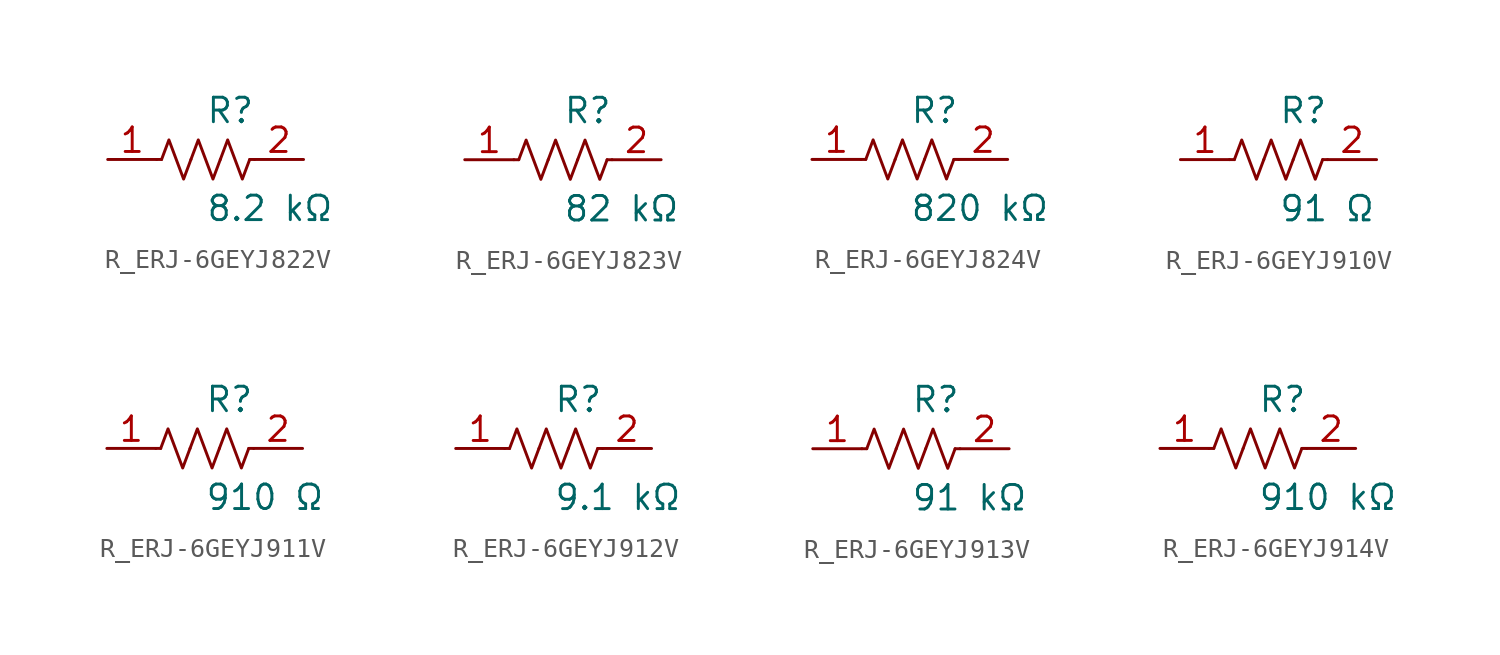
<source format=kicad_sym>
(kicad_symbol_lib
  (version 20231120)
  (generator kicad_symbol_editor)
  (generator_version 8.0)
  (symbol "R_ERJ-6GEYJ822V"
    (pin_names
      (offset 0.254))
    (property "Reference" "R"
      (at 0.0 2.54 0)
      (effects (font (size 1.27 1.27)) (justify left)))
    (property "Value" "8.2 kΩ"
      (at 0.0 -2.54 0)
      (effects (font (size 1.27 1.27)) (justify left)))
    (symbol "R_ERJ-6GEYJ822V_0_1"
      (polyline (pts (xy 2.286 0) (xy 2.54 0)) (stroke (width 0) (type default)) (fill (type none)))
      (polyline (pts (xy -2.286 0) (xy -2.54 0)) (stroke (width 0) (type default)) (fill (type none)))
      (polyline (pts (xy 0.762 0) (xy 1.143 1.016) (xy 1.524 0) (xy 1.905 -1.016) (xy 2.286 0)) (stroke (width 0) (type default)) (fill (type none)))
      (polyline (pts (xy -0.762 0) (xy -0.381 1.016) (xy 0 0) (xy 0.381 -1.016) (xy 0.762 0)) (stroke (width 0) (type default)) (fill (type none)))
      (polyline (pts (xy -2.286 0) (xy -1.905 1.016) (xy -1.524 0) (xy -1.143 -1.016) (xy -0.762 0)) (stroke (width 0) (type default)) (fill (type none))))
    (pin unspecified line
      (at -5.08 0 0)
      (length 2.54)
      (name "" (effects (font (size 1.27 1.27))))
      (number "1" (effects (font (size 1.27 1.27)))))
    (pin unspecified line
      (at 5.08 0 180)
      (length 2.54)
      (name "" (effects (font (size 1.27 1.27))))
      (number "2" (effects (font (size 1.27 1.27))))))
  (symbol "R_ERJ-6GEYJ823V"
    (pin_names
      (offset 0.254))
    (property "Reference" "R"
      (at 0.0 2.54 0)
      (effects (font (size 1.27 1.27)) (justify left)))
    (property "Value" "82 kΩ"
      (at 0.0 -2.54 0)
      (effects (font (size 1.27 1.27)) (justify left)))
    (symbol "R_ERJ-6GEYJ823V_0_1"
      (polyline (pts (xy 2.286 0) (xy 2.54 0)) (stroke (width 0) (type default)) (fill (type none)))
      (polyline (pts (xy -2.286 0) (xy -2.54 0)) (stroke (width 0) (type default)) (fill (type none)))
      (polyline (pts (xy 0.762 0) (xy 1.143 1.016) (xy 1.524 0) (xy 1.905 -1.016) (xy 2.286 0)) (stroke (width 0) (type default)) (fill (type none)))
      (polyline (pts (xy -0.762 0) (xy -0.381 1.016) (xy 0 0) (xy 0.381 -1.016) (xy 0.762 0)) (stroke (width 0) (type default)) (fill (type none)))
      (polyline (pts (xy -2.286 0) (xy -1.905 1.016) (xy -1.524 0) (xy -1.143 -1.016) (xy -0.762 0)) (stroke (width 0) (type default)) (fill (type none))))
    (pin unspecified line
      (at -5.08 0 0)
      (length 2.54)
      (name "" (effects (font (size 1.27 1.27))))
      (number "1" (effects (font (size 1.27 1.27)))))
    (pin unspecified line
      (at 5.08 0 180)
      (length 2.54)
      (name "" (effects (font (size 1.27 1.27))))
      (number "2" (effects (font (size 1.27 1.27))))))
  (symbol "R_ERJ-6GEYJ824V"
    (pin_names
      (offset 0.254))
    (property "Reference" "R"
      (at 0.0 2.54 0)
      (effects (font (size 1.27 1.27)) (justify left)))
    (property "Value" "820 kΩ"
      (at 0.0 -2.54 0)
      (effects (font (size 1.27 1.27)) (justify left)))
    (symbol "R_ERJ-6GEYJ824V_0_1"
      (polyline (pts (xy 2.286 0) (xy 2.54 0)) (stroke (width 0) (type default)) (fill (type none)))
      (polyline (pts (xy -2.286 0) (xy -2.54 0)) (stroke (width 0) (type default)) (fill (type none)))
      (polyline (pts (xy 0.762 0) (xy 1.143 1.016) (xy 1.524 0) (xy 1.905 -1.016) (xy 2.286 0)) (stroke (width 0) (type default)) (fill (type none)))
      (polyline (pts (xy -0.762 0) (xy -0.381 1.016) (xy 0 0) (xy 0.381 -1.016) (xy 0.762 0)) (stroke (width 0) (type default)) (fill (type none)))
      (polyline (pts (xy -2.286 0) (xy -1.905 1.016) (xy -1.524 0) (xy -1.143 -1.016) (xy -0.762 0)) (stroke (width 0) (type default)) (fill (type none))))
    (pin unspecified line
      (at -5.08 0 0)
      (length 2.54)
      (name "" (effects (font (size 1.27 1.27))))
      (number "1" (effects (font (size 1.27 1.27)))))
    (pin unspecified line
      (at 5.08 0 180)
      (length 2.54)
      (name "" (effects (font (size 1.27 1.27))))
      (number "2" (effects (font (size 1.27 1.27))))))
  (symbol "R_ERJ-6GEYJ910V"
    (pin_names
      (offset 0.254))
    (property "Reference" "R"
      (at 0.0 2.54 0)
      (effects (font (size 1.27 1.27)) (justify left)))
    (property "Value" "91 Ω"
      (at 0.0 -2.54 0)
      (effects (font (size 1.27 1.27)) (justify left)))
    (symbol "R_ERJ-6GEYJ910V_0_1"
      (polyline (pts (xy 2.286 0) (xy 2.54 0)) (stroke (width 0) (type default)) (fill (type none)))
      (polyline (pts (xy -2.286 0) (xy -2.54 0)) (stroke (width 0) (type default)) (fill (type none)))
      (polyline (pts (xy 0.762 0) (xy 1.143 1.016) (xy 1.524 0) (xy 1.905 -1.016) (xy 2.286 0)) (stroke (width 0) (type default)) (fill (type none)))
      (polyline (pts (xy -0.762 0) (xy -0.381 1.016) (xy 0 0) (xy 0.381 -1.016) (xy 0.762 0)) (stroke (width 0) (type default)) (fill (type none)))
      (polyline (pts (xy -2.286 0) (xy -1.905 1.016) (xy -1.524 0) (xy -1.143 -1.016) (xy -0.762 0)) (stroke (width 0) (type default)) (fill (type none))))
    (pin unspecified line
      (at -5.08 0 0)
      (length 2.54)
      (name "" (effects (font (size 1.27 1.27))))
      (number "1" (effects (font (size 1.27 1.27)))))
    (pin unspecified line
      (at 5.08 0 180)
      (length 2.54)
      (name "" (effects (font (size 1.27 1.27))))
      (number "2" (effects (font (size 1.27 1.27))))))
  (symbol "R_ERJ-6GEYJ911V"
    (pin_names
      (offset 0.254))
    (property "Reference" "R"
      (at 0.0 2.54 0)
      (effects (font (size 1.27 1.27)) (justify left)))
    (property "Value" "910 Ω"
      (at 0.0 -2.54 0)
      (effects (font (size 1.27 1.27)) (justify left)))
    (symbol "R_ERJ-6GEYJ911V_0_1"
      (polyline (pts (xy 2.286 0) (xy 2.54 0)) (stroke (width 0) (type default)) (fill (type none)))
      (polyline (pts (xy -2.286 0) (xy -2.54 0)) (stroke (width 0) (type default)) (fill (type none)))
      (polyline (pts (xy 0.762 0) (xy 1.143 1.016) (xy 1.524 0) (xy 1.905 -1.016) (xy 2.286 0)) (stroke (width 0) (type default)) (fill (type none)))
      (polyline (pts (xy -0.762 0) (xy -0.381 1.016) (xy 0 0) (xy 0.381 -1.016) (xy 0.762 0)) (stroke (width 0) (type default)) (fill (type none)))
      (polyline (pts (xy -2.286 0) (xy -1.905 1.016) (xy -1.524 0) (xy -1.143 -1.016) (xy -0.762 0)) (stroke (width 0) (type default)) (fill (type none))))
    (pin unspecified line
      (at -5.08 0 0)
      (length 2.54)
      (name "" (effects (font (size 1.27 1.27))))
      (number "1" (effects (font (size 1.27 1.27)))))
    (pin unspecified line
      (at 5.08 0 180)
      (length 2.54)
      (name "" (effects (font (size 1.27 1.27))))
      (number "2" (effects (font (size 1.27 1.27))))))
  (symbol "R_ERJ-6GEYJ912V"
    (pin_names
      (offset 0.254))
    (property "Reference" "R"
      (at 0.0 2.54 0)
      (effects (font (size 1.27 1.27)) (justify left)))
    (property "Value" "9.1 kΩ"
      (at 0.0 -2.54 0)
      (effects (font (size 1.27 1.27)) (justify left)))
    (symbol "R_ERJ-6GEYJ912V_0_1"
      (polyline (pts (xy 2.286 0) (xy 2.54 0)) (stroke (width 0) (type default)) (fill (type none)))
      (polyline (pts (xy -2.286 0) (xy -2.54 0)) (stroke (width 0) (type default)) (fill (type none)))
      (polyline (pts (xy 0.762 0) (xy 1.143 1.016) (xy 1.524 0) (xy 1.905 -1.016) (xy 2.286 0)) (stroke (width 0) (type default)) (fill (type none)))
      (polyline (pts (xy -0.762 0) (xy -0.381 1.016) (xy 0 0) (xy 0.381 -1.016) (xy 0.762 0)) (stroke (width 0) (type default)) (fill (type none)))
      (polyline (pts (xy -2.286 0) (xy -1.905 1.016) (xy -1.524 0) (xy -1.143 -1.016) (xy -0.762 0)) (stroke (width 0) (type default)) (fill (type none))))
    (pin unspecified line
      (at -5.08 0 0)
      (length 2.54)
      (name "" (effects (font (size 1.27 1.27))))
      (number "1" (effects (font (size 1.27 1.27)))))
    (pin unspecified line
      (at 5.08 0 180)
      (length 2.54)
      (name "" (effects (font (size 1.27 1.27))))
      (number "2" (effects (font (size 1.27 1.27))))))
  (symbol "R_ERJ-6GEYJ913V"
    (pin_names
      (offset 0.254))
    (property "Reference" "R"
      (at 0.0 2.54 0)
      (effects (font (size 1.27 1.27)) (justify left)))
    (property "Value" "91 kΩ"
      (at 0.0 -2.54 0)
      (effects (font (size 1.27 1.27)) (justify left)))
    (symbol "R_ERJ-6GEYJ913V_0_1"
      (polyline (pts (xy 2.286 0) (xy 2.54 0)) (stroke (width 0) (type default)) (fill (type none)))
      (polyline (pts (xy -2.286 0) (xy -2.54 0)) (stroke (width 0) (type default)) (fill (type none)))
      (polyline (pts (xy 0.762 0) (xy 1.143 1.016) (xy 1.524 0) (xy 1.905 -1.016) (xy 2.286 0)) (stroke (width 0) (type default)) (fill (type none)))
      (polyline (pts (xy -0.762 0) (xy -0.381 1.016) (xy 0 0) (xy 0.381 -1.016) (xy 0.762 0)) (stroke (width 0) (type default)) (fill (type none)))
      (polyline (pts (xy -2.286 0) (xy -1.905 1.016) (xy -1.524 0) (xy -1.143 -1.016) (xy -0.762 0)) (stroke (width 0) (type default)) (fill (type none))))
    (pin unspecified line
      (at -5.08 0 0)
      (length 2.54)
      (name "" (effects (font (size 1.27 1.27))))
      (number "1" (effects (font (size 1.27 1.27)))))
    (pin unspecified line
      (at 5.08 0 180)
      (length 2.54)
      (name "" (effects (font (size 1.27 1.27))))
      (number "2" (effects (font (size 1.27 1.27))))))
  (symbol "R_ERJ-6GEYJ914V"
    (pin_names
      (offset 0.254))
    (property "Reference" "R"
      (at 0.0 2.54 0)
      (effects (font (size 1.27 1.27)) (justify left)))
    (property "Value" "910 kΩ"
      (at 0.0 -2.54 0)
      (effects (font (size 1.27 1.27)) (justify left)))
    (symbol "R_ERJ-6GEYJ914V_0_1"
      (polyline (pts (xy 2.286 0) (xy 2.54 0)) (stroke (width 0) (type default)) (fill (type none)))
      (polyline (pts (xy -2.286 0) (xy -2.54 0)) (stroke (width 0) (type default)) (fill (type none)))
      (polyline (pts (xy 0.762 0) (xy 1.143 1.016) (xy 1.524 0) (xy 1.905 -1.016) (xy 2.286 0)) (stroke (width 0) (type default)) (fill (type none)))
      (polyline (pts (xy -0.762 0) (xy -0.381 1.016) (xy 0 0) (xy 0.381 -1.016) (xy 0.762 0)) (stroke (width 0) (type default)) (fill (type none)))
      (polyline (pts (xy -2.286 0) (xy -1.905 1.016) (xy -1.524 0) (xy -1.143 -1.016) (xy -0.762 0)) (stroke (width 0) (type default)) (fill (type none))))
    (pin unspecified line
      (at -5.08 0 0)
      (length 2.54)
      (name "" (effects (font (size 1.27 1.27))))
      (number "1" (effects (font (size 1.27 1.27)))))
    (pin unspecified line
      (at 5.08 0 180)
      (length 2.54)
      (name "" (effects (font (size 1.27 1.27))))
      (number "2" (effects (font (size 1.27 1.27)))))))
</source>
